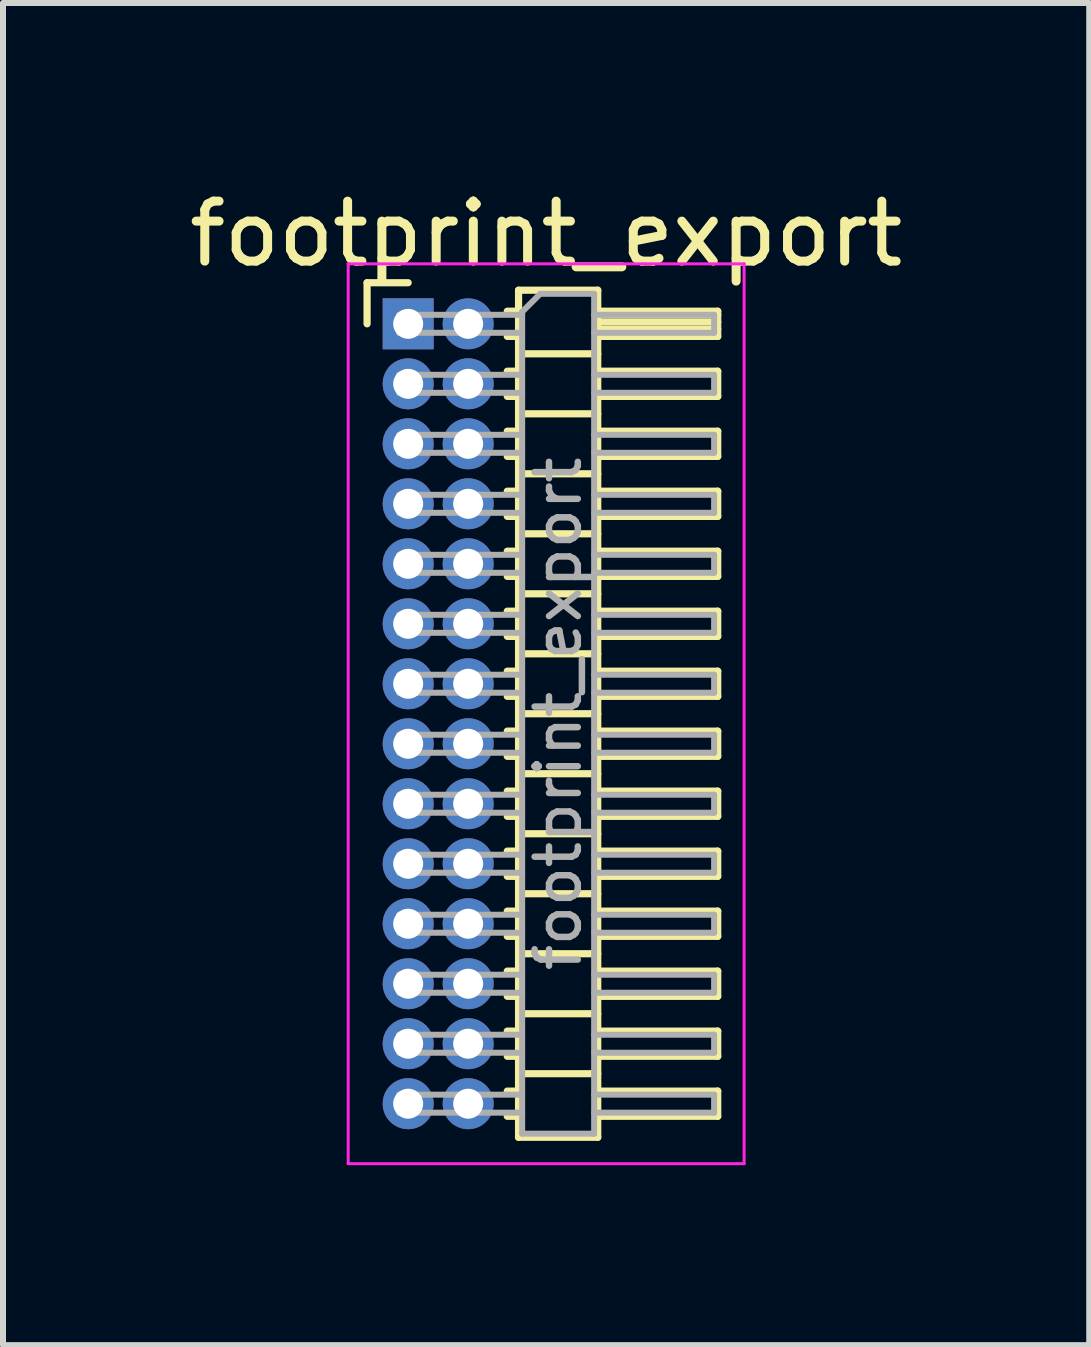
<source format=kicad_pcb>
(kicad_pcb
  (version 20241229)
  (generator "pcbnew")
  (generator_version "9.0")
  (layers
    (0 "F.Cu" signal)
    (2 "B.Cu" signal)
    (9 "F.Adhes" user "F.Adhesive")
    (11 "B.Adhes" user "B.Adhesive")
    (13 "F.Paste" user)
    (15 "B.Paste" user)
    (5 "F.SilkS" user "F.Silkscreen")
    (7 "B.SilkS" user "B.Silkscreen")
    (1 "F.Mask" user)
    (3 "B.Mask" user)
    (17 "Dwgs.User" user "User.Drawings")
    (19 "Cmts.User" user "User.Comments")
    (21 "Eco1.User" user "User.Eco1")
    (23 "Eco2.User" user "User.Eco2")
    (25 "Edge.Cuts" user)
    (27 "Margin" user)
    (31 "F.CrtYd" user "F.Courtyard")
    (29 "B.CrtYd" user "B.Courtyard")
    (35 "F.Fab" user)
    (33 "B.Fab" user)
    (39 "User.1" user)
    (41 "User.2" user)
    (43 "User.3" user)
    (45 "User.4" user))
  (footprint "footprint_export"
    (layer "F.Cu")
    (at 3.754 2.348)
    (property "Reference" "footprint_export" (at 2.3 -1.5 0) (layer "F.SilkS") (effects (font (size 1 1) (thickness 0.15))))
    (attr through_hole)
    (fp_line (start -0.685 -0.685) (end 0 -0.685) (stroke (width 0.12) (type solid)) (layer "F.SilkS"))
    (fp_line (start -0.685 0) (end -0.685 -0.685) (stroke (width 0.12) (type solid)) (layer "F.SilkS"))
    (fp_line (start 1.652 -0.21) (end 1.84 -0.21) (stroke (width 0.12) (type solid)) (layer "F.SilkS"))
    (fp_line (start 1.652 0.21) (end 1.84 0.21) (stroke (width 0.12) (type solid)) (layer "F.SilkS"))
    (fp_line (start 1.652 0.79) (end 1.84 0.79) (stroke (width 0.12) (type solid)) (layer "F.SilkS"))
    (fp_line (start 1.652 1.21) (end 1.84 1.21) (stroke (width 0.12) (type solid)) (layer "F.SilkS"))
    (fp_line (start 1.652 1.79) (end 1.84 1.79) (stroke (width 0.12) (type solid)) (layer "F.SilkS"))
    (fp_line (start 1.652 2.21) (end 1.84 2.21) (stroke (width 0.12) (type solid)) (layer "F.SilkS"))
    (fp_line (start 1.652 2.79) (end 1.84 2.79) (stroke (width 0.12) (type solid)) (layer "F.SilkS"))
    (fp_line (start 1.652 3.21) (end 1.84 3.21) (stroke (width 0.12) (type solid)) (layer "F.SilkS"))
    (fp_line (start 1.652 3.79) (end 1.84 3.79) (stroke (width 0.12) (type solid)) (layer "F.SilkS"))
    (fp_line (start 1.652 4.21) (end 1.84 4.21) (stroke (width 0.12) (type solid)) (layer "F.SilkS"))
    (fp_line (start 1.652 4.79) (end 1.84 4.79) (stroke (width 0.12) (type solid)) (layer "F.SilkS"))
    (fp_line (start 1.652 5.21) (end 1.84 5.21) (stroke (width 0.12) (type solid)) (layer "F.SilkS"))
    (fp_line (start 1.652 5.79) (end 1.84 5.79) (stroke (width 0.12) (type solid)) (layer "F.SilkS"))
    (fp_line (start 1.652 6.21) (end 1.84 6.21) (stroke (width 0.12) (type solid)) (layer "F.SilkS"))
    (fp_line (start 1.652 6.79) (end 1.84 6.79) (stroke (width 0.12) (type solid)) (layer "F.SilkS"))
    (fp_line (start 1.652 7.21) (end 1.84 7.21) (stroke (width 0.12) (type solid)) (layer "F.SilkS"))
    (fp_line (start 1.652 7.79) (end 1.84 7.79) (stroke (width 0.12) (type solid)) (layer "F.SilkS"))
    (fp_line (start 1.652 8.21) (end 1.84 8.21) (stroke (width 0.12) (type solid)) (layer "F.SilkS"))
    (fp_line (start 1.652 8.79) (end 1.84 8.79) (stroke (width 0.12) (type solid)) (layer "F.SilkS"))
    (fp_line (start 1.652 9.21) (end 1.84 9.21) (stroke (width 0.12) (type solid)) (layer "F.SilkS"))
    (fp_line (start 1.652 9.79) (end 1.84 9.79) (stroke (width 0.12) (type solid)) (layer "F.SilkS"))
    (fp_line (start 1.652 10.21) (end 1.84 10.21) (stroke (width 0.12) (type solid)) (layer "F.SilkS"))
    (fp_line (start 1.652 10.79) (end 1.84 10.79) (stroke (width 0.12) (type solid)) (layer "F.SilkS"))
    (fp_line (start 1.652 11.21) (end 1.84 11.21) (stroke (width 0.12) (type solid)) (layer "F.SilkS"))
    (fp_line (start 1.652 11.79) (end 1.84 11.79) (stroke (width 0.12) (type solid)) (layer "F.SilkS"))
    (fp_line (start 1.652 12.21) (end 1.84 12.21) (stroke (width 0.12) (type solid)) (layer "F.SilkS"))
    (fp_line (start 1.652 12.79) (end 1.84 12.79) (stroke (width 0.12) (type solid)) (layer "F.SilkS"))
    (fp_line (start 1.652 13.21) (end 1.84 13.21) (stroke (width 0.12) (type solid)) (layer "F.SilkS"))
    (fp_line (start 1.84 -0.56) (end 1.84 13.56) (stroke (width 0.12) (type solid)) (layer "F.SilkS"))
    (fp_line (start 1.84 0.5) (end 3.16 0.5) (stroke (width 0.12) (type solid)) (layer "F.SilkS"))
    (fp_line (start 1.84 1.5) (end 3.16 1.5) (stroke (width 0.12) (type solid)) (layer "F.SilkS"))
    (fp_line (start 1.84 2.5) (end 3.16 2.5) (stroke (width 0.12) (type solid)) (layer "F.SilkS"))
    (fp_line (start 1.84 3.5) (end 3.16 3.5) (stroke (width 0.12) (type solid)) (layer "F.SilkS"))
    (fp_line (start 1.84 4.5) (end 3.16 4.5) (stroke (width 0.12) (type solid)) (layer "F.SilkS"))
    (fp_line (start 1.84 5.5) (end 3.16 5.5) (stroke (width 0.12) (type solid)) (layer "F.SilkS"))
    (fp_line (start 1.84 6.5) (end 3.16 6.5) (stroke (width 0.12) (type solid)) (layer "F.SilkS"))
    (fp_line (start 1.84 7.5) (end 3.16 7.5) (stroke (width 0.12) (type solid)) (layer "F.SilkS"))
    (fp_line (start 1.84 8.5) (end 3.16 8.5) (stroke (width 0.12) (type solid)) (layer "F.SilkS"))
    (fp_line (start 1.84 9.5) (end 3.16 9.5) (stroke (width 0.12) (type solid)) (layer "F.SilkS"))
    (fp_line (start 1.84 10.5) (end 3.16 10.5) (stroke (width 0.12) (type solid)) (layer "F.SilkS"))
    (fp_line (start 1.84 11.5) (end 3.16 11.5) (stroke (width 0.12) (type solid)) (layer "F.SilkS"))
    (fp_line (start 1.84 12.5) (end 3.16 12.5) (stroke (width 0.12) (type solid)) (layer "F.SilkS"))
    (fp_line (start 1.84 13.56) (end 3.16 13.56) (stroke (width 0.12) (type solid)) (layer "F.SilkS"))
    (fp_line (start 3.16 -0.56) (end 1.84 -0.56) (stroke (width 0.12) (type solid)) (layer "F.SilkS"))
    (fp_line (start 3.16 -0.21) (end 5.16 -0.21) (stroke (width 0.12) (type solid)) (layer "F.SilkS"))
    (fp_line (start 3.16 -0.15) (end 5.16 -0.15) (stroke (width 0.12) (type solid)) (layer "F.SilkS"))
    (fp_line (start 3.16 -0.03) (end 5.16 -0.03) (stroke (width 0.12) (type solid)) (layer "F.SilkS"))
    (fp_line (start 3.16 0.09) (end 5.16 0.09) (stroke (width 0.12) (type solid)) (layer "F.SilkS"))
    (fp_line (start 3.16 0.79) (end 5.16 0.79) (stroke (width 0.12) (type solid)) (layer "F.SilkS"))
    (fp_line (start 3.16 1.79) (end 5.16 1.79) (stroke (width 0.12) (type solid)) (layer "F.SilkS"))
    (fp_line (start 3.16 2.79) (end 5.16 2.79) (stroke (width 0.12) (type solid)) (layer "F.SilkS"))
    (fp_line (start 3.16 3.79) (end 5.16 3.79) (stroke (width 0.12) (type solid)) (layer "F.SilkS"))
    (fp_line (start 3.16 4.79) (end 5.16 4.79) (stroke (width 0.12) (type solid)) (layer "F.SilkS"))
    (fp_line (start 3.16 5.79) (end 5.16 5.79) (stroke (width 0.12) (type solid)) (layer "F.SilkS"))
    (fp_line (start 3.16 6.79) (end 5.16 6.79) (stroke (width 0.12) (type solid)) (layer "F.SilkS"))
    (fp_line (start 3.16 7.79) (end 5.16 7.79) (stroke (width 0.12) (type solid)) (layer "F.SilkS"))
    (fp_line (start 3.16 8.79) (end 5.16 8.79) (stroke (width 0.12) (type solid)) (layer "F.SilkS"))
    (fp_line (start 3.16 9.79) (end 5.16 9.79) (stroke (width 0.12) (type solid)) (layer "F.SilkS"))
    (fp_line (start 3.16 10.79) (end 5.16 10.79) (stroke (width 0.12) (type solid)) (layer "F.SilkS"))
    (fp_line (start 3.16 11.79) (end 5.16 11.79) (stroke (width 0.12) (type solid)) (layer "F.SilkS"))
    (fp_line (start 3.16 12.79) (end 5.16 12.79) (stroke (width 0.12) (type solid)) (layer "F.SilkS"))
    (fp_line (start 3.16 13.56) (end 3.16 -0.56) (stroke (width 0.12) (type solid)) (layer "F.SilkS"))
    (fp_line (start 5.16 -0.21) (end 5.16 0.21) (stroke (width 0.12) (type solid)) (layer "F.SilkS"))
    (fp_line (start 5.16 0.21) (end 3.16 0.21) (stroke (width 0.12) (type solid)) (layer "F.SilkS"))
    (fp_line (start 5.16 0.79) (end 5.16 1.21) (stroke (width 0.12) (type solid)) (layer "F.SilkS"))
    (fp_line (start 5.16 1.21) (end 3.16 1.21) (stroke (width 0.12) (type solid)) (layer "F.SilkS"))
    (fp_line (start 5.16 1.79) (end 5.16 2.21) (stroke (width 0.12) (type solid)) (layer "F.SilkS"))
    (fp_line (start 5.16 2.21) (end 3.16 2.21) (stroke (width 0.12) (type solid)) (layer "F.SilkS"))
    (fp_line (start 5.16 2.79) (end 5.16 3.21) (stroke (width 0.12) (type solid)) (layer "F.SilkS"))
    (fp_line (start 5.16 3.21) (end 3.16 3.21) (stroke (width 0.12) (type solid)) (layer "F.SilkS"))
    (fp_line (start 5.16 3.79) (end 5.16 4.21) (stroke (width 0.12) (type solid)) (layer "F.SilkS"))
    (fp_line (start 5.16 4.21) (end 3.16 4.21) (stroke (width 0.12) (type solid)) (layer "F.SilkS"))
    (fp_line (start 5.16 4.79) (end 5.16 5.21) (stroke (width 0.12) (type solid)) (layer "F.SilkS"))
    (fp_line (start 5.16 5.21) (end 3.16 5.21) (stroke (width 0.12) (type solid)) (layer "F.SilkS"))
    (fp_line (start 5.16 5.79) (end 5.16 6.21) (stroke (width 0.12) (type solid)) (layer "F.SilkS"))
    (fp_line (start 5.16 6.21) (end 3.16 6.21) (stroke (width 0.12) (type solid)) (layer "F.SilkS"))
    (fp_line (start 5.16 6.79) (end 5.16 7.21) (stroke (width 0.12) (type solid)) (layer "F.SilkS"))
    (fp_line (start 5.16 7.21) (end 3.16 7.21) (stroke (width 0.12) (type solid)) (layer "F.SilkS"))
    (fp_line (start 5.16 7.79) (end 5.16 8.21) (stroke (width 0.12) (type solid)) (layer "F.SilkS"))
    (fp_line (start 5.16 8.21) (end 3.16 8.21) (stroke (width 0.12) (type solid)) (layer "F.SilkS"))
    (fp_line (start 5.16 8.79) (end 5.16 9.21) (stroke (width 0.12) (type solid)) (layer "F.SilkS"))
    (fp_line (start 5.16 9.21) (end 3.16 9.21) (stroke (width 0.12) (type solid)) (layer "F.SilkS"))
    (fp_line (start 5.16 9.79) (end 5.16 10.21) (stroke (width 0.12) (type solid)) (layer "F.SilkS"))
    (fp_line (start 5.16 10.21) (end 3.16 10.21) (stroke (width 0.12) (type solid)) (layer "F.SilkS"))
    (fp_line (start 5.16 10.79) (end 5.16 11.21) (stroke (width 0.12) (type solid)) (layer "F.SilkS"))
    (fp_line (start 5.16 11.21) (end 3.16 11.21) (stroke (width 0.12) (type solid)) (layer "F.SilkS"))
    (fp_line (start 5.16 11.79) (end 5.16 12.21) (stroke (width 0.12) (type solid)) (layer "F.SilkS"))
    (fp_line (start 5.16 12.21) (end 3.16 12.21) (stroke (width 0.12) (type solid)) (layer "F.SilkS"))
    (fp_line (start 5.16 12.79) (end 5.16 13.21) (stroke (width 0.12) (type solid)) (layer "F.SilkS"))
    (fp_line (start 5.16 13.21) (end 3.16 13.21) (stroke (width 0.12) (type solid)) (layer "F.SilkS"))
    (fp_line (start -1 -1) (end -1 14) (stroke (width 0.05) (type solid)) (layer "F.CrtYd"))
    (fp_line (start -1 14) (end 5.6 14) (stroke (width 0.05) (type solid)) (layer "F.CrtYd"))
    (fp_line (start 5.6 -1) (end -1 -1) (stroke (width 0.05) (type solid)) (layer "F.CrtYd"))
    (fp_line (start 5.6 14) (end 5.6 -1) (stroke (width 0.05) (type solid)) (layer "F.CrtYd"))
    (fp_line (start -0.15 -0.15) (end -0.15 0.15) (stroke (width 0.1) (type solid)) (layer "F.Fab"))
    (fp_line (start -0.15 -0.15) (end 1.9 -0.15) (stroke (width 0.1) (type solid)) (layer "F.Fab"))
    (fp_line (start -0.15 0.15) (end 1.9 0.15) (stroke (width 0.1) (type solid)) (layer "F.Fab"))
    (fp_line (start -0.15 0.85) (end -0.15 1.15) (stroke (width 0.1) (type solid)) (layer "F.Fab"))
    (fp_line (start -0.15 0.85) (end 1.9 0.85) (stroke (width 0.1) (type solid)) (layer "F.Fab"))
    (fp_line (start -0.15 1.15) (end 1.9 1.15) (stroke (width 0.1) (type solid)) (layer "F.Fab"))
    (fp_line (start -0.15 1.85) (end -0.15 2.15) (stroke (width 0.1) (type solid)) (layer "F.Fab"))
    (fp_line (start -0.15 1.85) (end 1.9 1.85) (stroke (width 0.1) (type solid)) (layer "F.Fab"))
    (fp_line (start -0.15 2.15) (end 1.9 2.15) (stroke (width 0.1) (type solid)) (layer "F.Fab"))
    (fp_line (start -0.15 2.85) (end -0.15 3.15) (stroke (width 0.1) (type solid)) (layer "F.Fab"))
    (fp_line (start -0.15 2.85) (end 1.9 2.85) (stroke (width 0.1) (type solid)) (layer "F.Fab"))
    (fp_line (start -0.15 3.15) (end 1.9 3.15) (stroke (width 0.1) (type solid)) (layer "F.Fab"))
    (fp_line (start -0.15 3.85) (end -0.15 4.15) (stroke (width 0.1) (type solid)) (layer "F.Fab"))
    (fp_line (start -0.15 3.85) (end 1.9 3.85) (stroke (width 0.1) (type solid)) (layer "F.Fab"))
    (fp_line (start -0.15 4.15) (end 1.9 4.15) (stroke (width 0.1) (type solid)) (layer "F.Fab"))
    (fp_line (start -0.15 4.85) (end -0.15 5.15) (stroke (width 0.1) (type solid)) (layer "F.Fab"))
    (fp_line (start -0.15 4.85) (end 1.9 4.85) (stroke (width 0.1) (type solid)) (layer "F.Fab"))
    (fp_line (start -0.15 5.15) (end 1.9 5.15) (stroke (width 0.1) (type solid)) (layer "F.Fab"))
    (fp_line (start -0.15 5.85) (end -0.15 6.15) (stroke (width 0.1) (type solid)) (layer "F.Fab"))
    (fp_line (start -0.15 5.85) (end 1.9 5.85) (stroke (width 0.1) (type solid)) (layer "F.Fab"))
    (fp_line (start -0.15 6.15) (end 1.9 6.15) (stroke (width 0.1) (type solid)) (layer "F.Fab"))
    (fp_line (start -0.15 6.85) (end -0.15 7.15) (stroke (width 0.1) (type solid)) (layer "F.Fab"))
    (fp_line (start -0.15 6.85) (end 1.9 6.85) (stroke (width 0.1) (type solid)) (layer "F.Fab"))
    (fp_line (start -0.15 7.15) (end 1.9 7.15) (stroke (width 0.1) (type solid)) (layer "F.Fab"))
    (fp_line (start -0.15 7.85) (end -0.15 8.15) (stroke (width 0.1) (type solid)) (layer "F.Fab"))
    (fp_line (start -0.15 7.85) (end 1.9 7.85) (stroke (width 0.1) (type solid)) (layer "F.Fab"))
    (fp_line (start -0.15 8.15) (end 1.9 8.15) (stroke (width 0.1) (type solid)) (layer "F.Fab"))
    (fp_line (start -0.15 8.85) (end -0.15 9.15) (stroke (width 0.1) (type solid)) (layer "F.Fab"))
    (fp_line (start -0.15 8.85) (end 1.9 8.85) (stroke (width 0.1) (type solid)) (layer "F.Fab"))
    (fp_line (start -0.15 9.15) (end 1.9 9.15) (stroke (width 0.1) (type solid)) (layer "F.Fab"))
    (fp_line (start -0.15 9.85) (end -0.15 10.15) (stroke (width 0.1) (type solid)) (layer "F.Fab"))
    (fp_line (start -0.15 9.85) (end 1.9 9.85) (stroke (width 0.1) (type solid)) (layer "F.Fab"))
    (fp_line (start -0.15 10.15) (end 1.9 10.15) (stroke (width 0.1) (type solid)) (layer "F.Fab"))
    (fp_line (start -0.15 10.85) (end -0.15 11.15) (stroke (width 0.1) (type solid)) (layer "F.Fab"))
    (fp_line (start -0.15 10.85) (end 1.9 10.85) (stroke (width 0.1) (type solid)) (layer "F.Fab"))
    (fp_line (start -0.15 11.15) (end 1.9 11.15) (stroke (width 0.1) (type solid)) (layer "F.Fab"))
    (fp_line (start -0.15 11.85) (end -0.15 12.15) (stroke (width 0.1) (type solid)) (layer "F.Fab"))
    (fp_line (start -0.15 11.85) (end 1.9 11.85) (stroke (width 0.1) (type solid)) (layer "F.Fab"))
    (fp_line (start -0.15 12.15) (end 1.9 12.15) (stroke (width 0.1) (type solid)) (layer "F.Fab"))
    (fp_line (start -0.15 12.85) (end -0.15 13.15) (stroke (width 0.1) (type solid)) (layer "F.Fab"))
    (fp_line (start -0.15 12.85) (end 1.9 12.85) (stroke (width 0.1) (type solid)) (layer "F.Fab"))
    (fp_line (start -0.15 13.15) (end 1.9 13.15) (stroke (width 0.1) (type solid)) (layer "F.Fab"))
    (fp_line (start 1.9 -0.2) (end 2.2 -0.5) (stroke (width 0.1) (type solid)) (layer "F.Fab"))
    (fp_line (start 1.9 13.5) (end 1.9 -0.2) (stroke (width 0.1) (type solid)) (layer "F.Fab"))
    (fp_line (start 2.2 -0.5) (end 3.1 -0.5) (stroke (width 0.1) (type solid)) (layer "F.Fab"))
    (fp_line (start 3.1 -0.5) (end 3.1 13.5) (stroke (width 0.1) (type solid)) (layer "F.Fab"))
    (fp_line (start 3.1 -0.15) (end 5.1 -0.15) (stroke (width 0.1) (type solid)) (layer "F.Fab"))
    (fp_line (start 3.1 0.15) (end 5.1 0.15) (stroke (width 0.1) (type solid)) (layer "F.Fab"))
    (fp_line (start 3.1 0.85) (end 5.1 0.85) (stroke (width 0.1) (type solid)) (layer "F.Fab"))
    (fp_line (start 3.1 1.15) (end 5.1 1.15) (stroke (width 0.1) (type solid)) (layer "F.Fab"))
    (fp_line (start 3.1 1.85) (end 5.1 1.85) (stroke (width 0.1) (type solid)) (layer "F.Fab"))
    (fp_line (start 3.1 2.15) (end 5.1 2.15) (stroke (width 0.1) (type solid)) (layer "F.Fab"))
    (fp_line (start 3.1 2.85) (end 5.1 2.85) (stroke (width 0.1) (type solid)) (layer "F.Fab"))
    (fp_line (start 3.1 3.15) (end 5.1 3.15) (stroke (width 0.1) (type solid)) (layer "F.Fab"))
    (fp_line (start 3.1 3.85) (end 5.1 3.85) (stroke (width 0.1) (type solid)) (layer "F.Fab"))
    (fp_line (start 3.1 4.15) (end 5.1 4.15) (stroke (width 0.1) (type solid)) (layer "F.Fab"))
    (fp_line (start 3.1 4.85) (end 5.1 4.85) (stroke (width 0.1) (type solid)) (layer "F.Fab"))
    (fp_line (start 3.1 5.15) (end 5.1 5.15) (stroke (width 0.1) (type solid)) (layer "F.Fab"))
    (fp_line (start 3.1 5.85) (end 5.1 5.85) (stroke (width 0.1) (type solid)) (layer "F.Fab"))
    (fp_line (start 3.1 6.15) (end 5.1 6.15) (stroke (width 0.1) (type solid)) (layer "F.Fab"))
    (fp_line (start 3.1 6.85) (end 5.1 6.85) (stroke (width 0.1) (type solid)) (layer "F.Fab"))
    (fp_line (start 3.1 7.15) (end 5.1 7.15) (stroke (width 0.1) (type solid)) (layer "F.Fab"))
    (fp_line (start 3.1 7.85) (end 5.1 7.85) (stroke (width 0.1) (type solid)) (layer "F.Fab"))
    (fp_line (start 3.1 8.15) (end 5.1 8.15) (stroke (width 0.1) (type solid)) (layer "F.Fab"))
    (fp_line (start 3.1 8.85) (end 5.1 8.85) (stroke (width 0.1) (type solid)) (layer "F.Fab"))
    (fp_line (start 3.1 9.15) (end 5.1 9.15) (stroke (width 0.1) (type solid)) (layer "F.Fab"))
    (fp_line (start 3.1 9.85) (end 5.1 9.85) (stroke (width 0.1) (type solid)) (layer "F.Fab"))
    (fp_line (start 3.1 10.15) (end 5.1 10.15) (stroke (width 0.1) (type solid)) (layer "F.Fab"))
    (fp_line (start 3.1 10.85) (end 5.1 10.85) (stroke (width 0.1) (type solid)) (layer "F.Fab"))
    (fp_line (start 3.1 11.15) (end 5.1 11.15) (stroke (width 0.1) (type solid)) (layer "F.Fab"))
    (fp_line (start 3.1 11.85) (end 5.1 11.85) (stroke (width 0.1) (type solid)) (layer "F.Fab"))
    (fp_line (start 3.1 12.15) (end 5.1 12.15) (stroke (width 0.1) (type solid)) (layer "F.Fab"))
    (fp_line (start 3.1 12.85) (end 5.1 12.85) (stroke (width 0.1) (type solid)) (layer "F.Fab"))
    (fp_line (start 3.1 13.15) (end 5.1 13.15) (stroke (width 0.1) (type solid)) (layer "F.Fab"))
    (fp_line (start 3.1 13.5) (end 1.9 13.5) (stroke (width 0.1) (type solid)) (layer "F.Fab"))
    (fp_line (start 5.1 -0.15) (end 5.1 0.15) (stroke (width 0.1) (type solid)) (layer "F.Fab"))
    (fp_line (start 5.1 0.85) (end 5.1 1.15) (stroke (width 0.1) (type solid)) (layer "F.Fab"))
    (fp_line (start 5.1 1.85) (end 5.1 2.15) (stroke (width 0.1) (type solid)) (layer "F.Fab"))
    (fp_line (start 5.1 2.85) (end 5.1 3.15) (stroke (width 0.1) (type solid)) (layer "F.Fab"))
    (fp_line (start 5.1 3.85) (end 5.1 4.15) (stroke (width 0.1) (type solid)) (layer "F.Fab"))
    (fp_line (start 5.1 4.85) (end 5.1 5.15) (stroke (width 0.1) (type solid)) (layer "F.Fab"))
    (fp_line (start 5.1 5.85) (end 5.1 6.15) (stroke (width 0.1) (type solid)) (layer "F.Fab"))
    (fp_line (start 5.1 6.85) (end 5.1 7.15) (stroke (width 0.1) (type solid)) (layer "F.Fab"))
    (fp_line (start 5.1 7.85) (end 5.1 8.15) (stroke (width 0.1) (type solid)) (layer "F.Fab"))
    (fp_line (start 5.1 8.85) (end 5.1 9.15) (stroke (width 0.1) (type solid)) (layer "F.Fab"))
    (fp_line (start 5.1 9.85) (end 5.1 10.15) (stroke (width 0.1) (type solid)) (layer "F.Fab"))
    (fp_line (start 5.1 10.85) (end 5.1 11.15) (stroke (width 0.1) (type solid)) (layer "F.Fab"))
    (fp_line (start 5.1 11.85) (end 5.1 12.15) (stroke (width 0.1) (type solid)) (layer "F.Fab"))
    (fp_line (start 5.1 12.85) (end 5.1 13.15) (stroke (width 0.1) (type solid)) (layer "F.Fab"))
    (fp_text user "${REFERENCE}" (at 2.5 6.5 90) (layer "F.Fab") (effects (font (size 0.72 0.72) (thickness 0.108))))
    (pad "1" thru_hole rect (at 0 0) (size 0.85 0.85) (drill 0.5) (layers "*.Cu" "*.Mask"))
    (pad "2" thru_hole oval (at 1 0) (size 0.85 0.85) (drill 0.5) (layers "*.Cu" "*.Mask"))
    (pad "3" thru_hole oval (at 0 1) (size 0.85 0.85) (drill 0.5) (layers "*.Cu" "*.Mask"))
    (pad "4" thru_hole oval (at 1 1) (size 0.85 0.85) (drill 0.5) (layers "*.Cu" "*.Mask"))
    (pad "5" thru_hole oval (at 0 2) (size 0.85 0.85) (drill 0.5) (layers "*.Cu" "*.Mask"))
    (pad "6" thru_hole oval (at 1 2) (size 0.85 0.85) (drill 0.5) (layers "*.Cu" "*.Mask"))
    (pad "7" thru_hole oval (at 0 3) (size 0.85 0.85) (drill 0.5) (layers "*.Cu" "*.Mask"))
    (pad "8" thru_hole oval (at 1 3) (size 0.85 0.85) (drill 0.5) (layers "*.Cu" "*.Mask"))
    (pad "9" thru_hole oval (at 0 4) (size 0.85 0.85) (drill 0.5) (layers "*.Cu" "*.Mask"))
    (pad "10" thru_hole oval (at 1 4) (size 0.85 0.85) (drill 0.5) (layers "*.Cu" "*.Mask"))
    (pad "11" thru_hole oval (at 0 5) (size 0.85 0.85) (drill 0.5) (layers "*.Cu" "*.Mask"))
    (pad "12" thru_hole oval (at 1 5) (size 0.85 0.85) (drill 0.5) (layers "*.Cu" "*.Mask"))
    (pad "13" thru_hole oval (at 0 6) (size 0.85 0.85) (drill 0.5) (layers "*.Cu" "*.Mask"))
    (pad "14" thru_hole oval (at 1 6) (size 0.85 0.85) (drill 0.5) (layers "*.Cu" "*.Mask"))
    (pad "15" thru_hole oval (at 0 7) (size 0.85 0.85) (drill 0.5) (layers "*.Cu" "*.Mask"))
    (pad "16" thru_hole oval (at 1 7) (size 0.85 0.85) (drill 0.5) (layers "*.Cu" "*.Mask"))
    (pad "17" thru_hole oval (at 0 8) (size 0.85 0.85) (drill 0.5) (layers "*.Cu" "*.Mask"))
    (pad "18" thru_hole oval (at 1 8) (size 0.85 0.85) (drill 0.5) (layers "*.Cu" "*.Mask"))
    (pad "19" thru_hole oval (at 0 9) (size 0.85 0.85) (drill 0.5) (layers "*.Cu" "*.Mask"))
    (pad "20" thru_hole oval (at 1 9) (size 0.85 0.85) (drill 0.5) (layers "*.Cu" "*.Mask"))
    (pad "21" thru_hole oval (at 0 10) (size 0.85 0.85) (drill 0.5) (layers "*.Cu" "*.Mask"))
    (pad "22" thru_hole oval (at 1 10) (size 0.85 0.85) (drill 0.5) (layers "*.Cu" "*.Mask"))
    (pad "23" thru_hole oval (at 0 11) (size 0.85 0.85) (drill 0.5) (layers "*.Cu" "*.Mask"))
    (pad "24" thru_hole oval (at 1 11) (size 0.85 0.85) (drill 0.5) (layers "*.Cu" "*.Mask"))
    (pad "25" thru_hole oval (at 0 12) (size 0.85 0.85) (drill 0.5) (layers "*.Cu" "*.Mask"))
    (pad "26" thru_hole oval (at 1 12) (size 0.85 0.85) (drill 0.5) (layers "*.Cu" "*.Mask"))
    (pad "27" thru_hole oval (at 0 13) (size 0.85 0.85) (drill 0.5) (layers "*.Cu" "*.Mask"))
    (pad "28" thru_hole oval (at 1 13) (size 0.85 0.85) (drill 0.5) (layers "*.Cu" "*.Mask")))
  (gr_rect
    (start -3 -3)
    (end 15.107 19.373)
    (stroke (width 0.1) (type default))
    (fill no)
    (layer "Edge.Cuts")))
</source>
